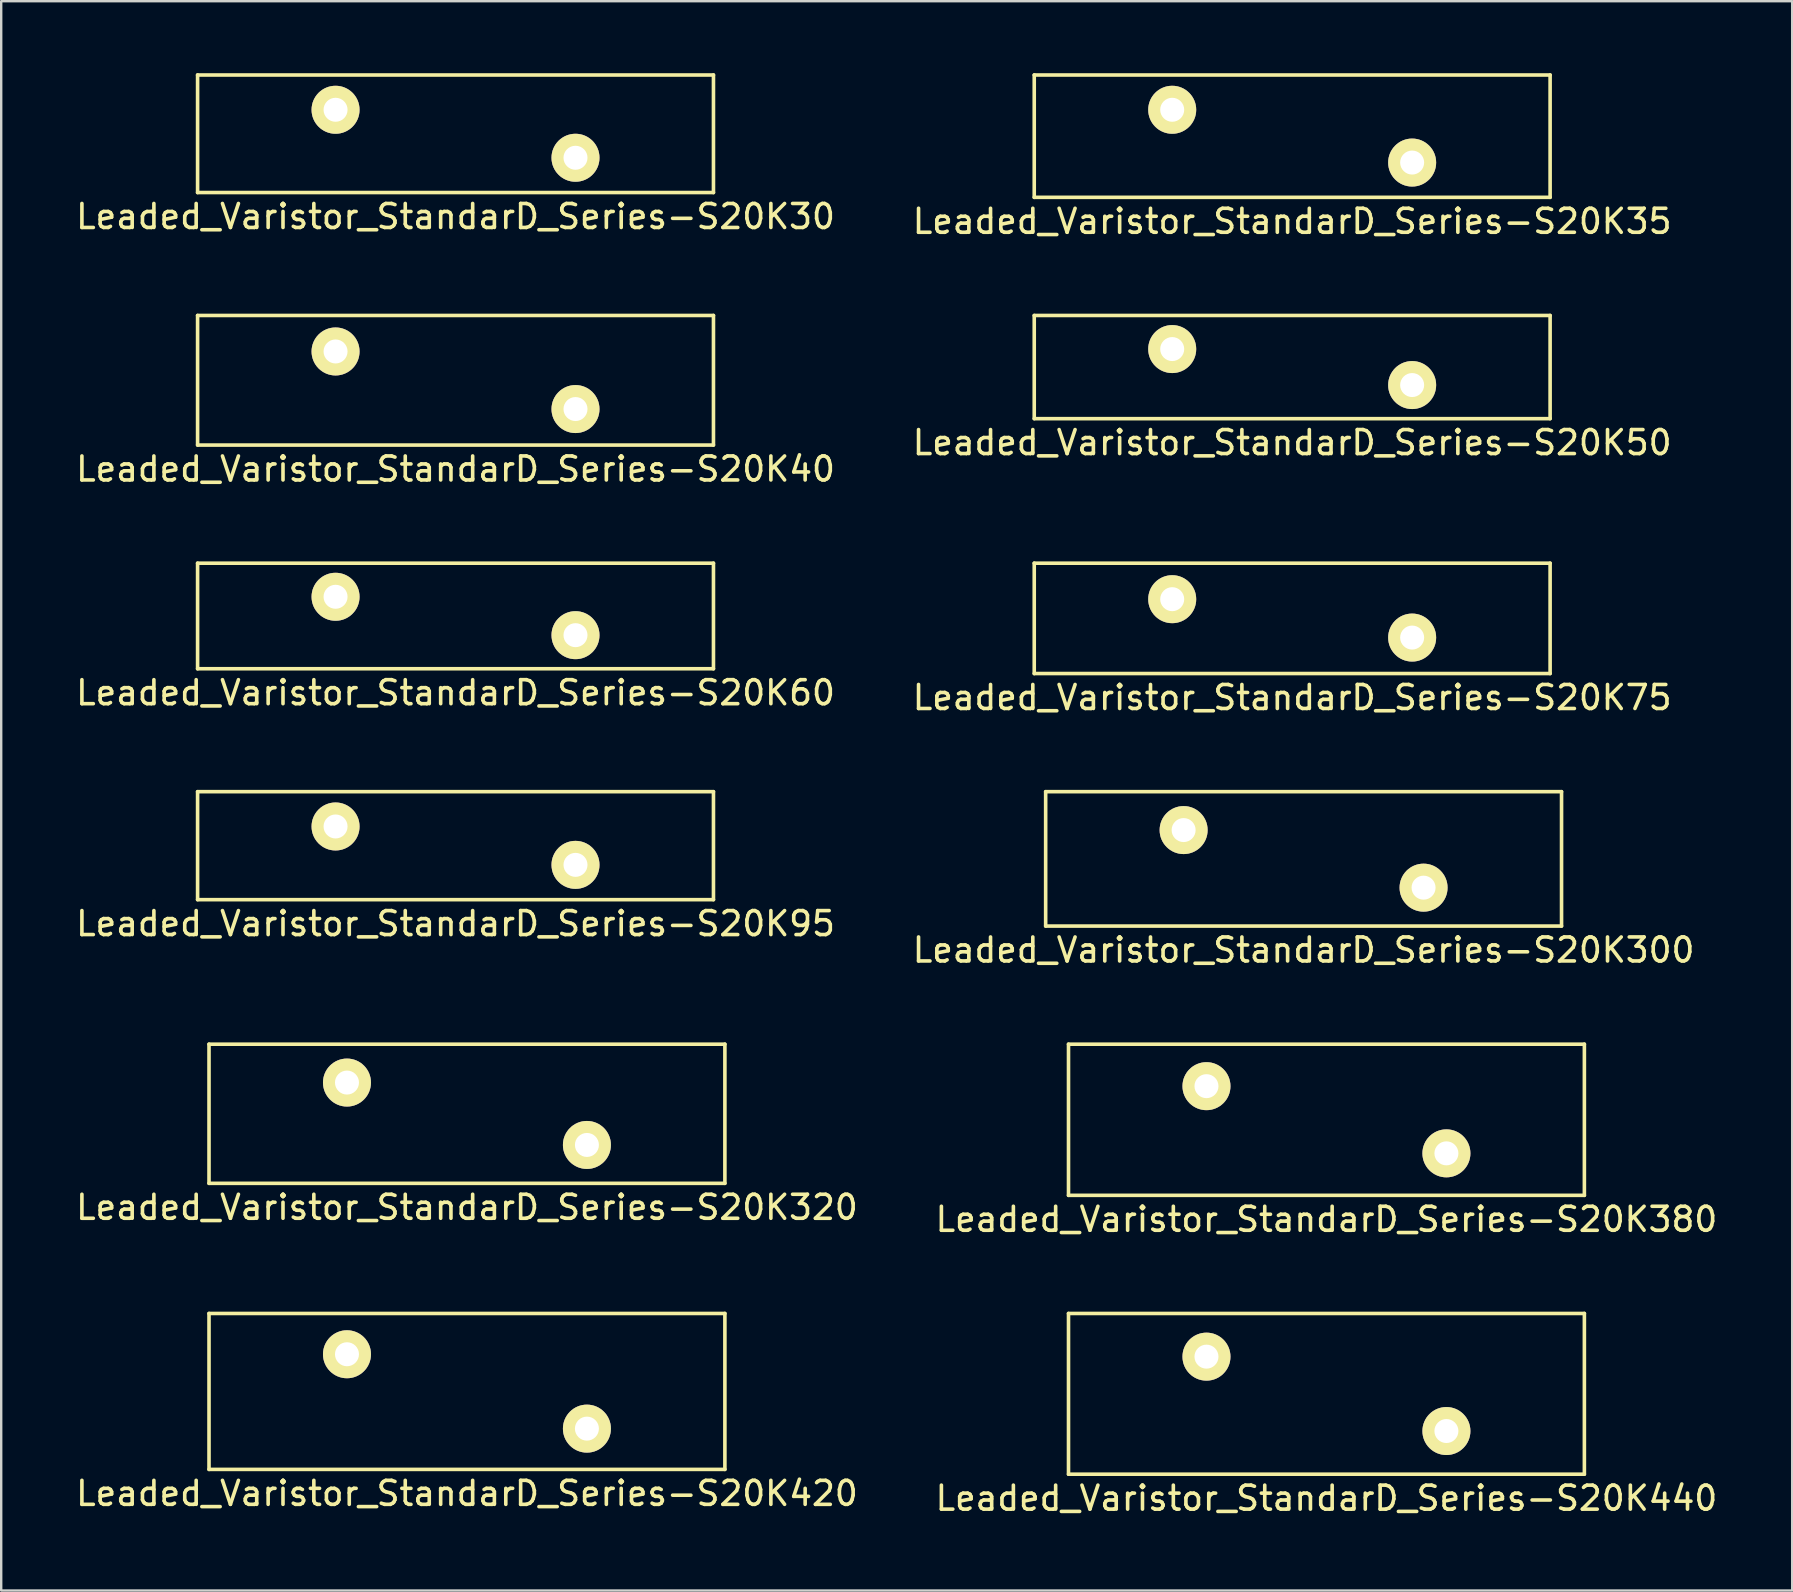
<source format=kicad_pcb>
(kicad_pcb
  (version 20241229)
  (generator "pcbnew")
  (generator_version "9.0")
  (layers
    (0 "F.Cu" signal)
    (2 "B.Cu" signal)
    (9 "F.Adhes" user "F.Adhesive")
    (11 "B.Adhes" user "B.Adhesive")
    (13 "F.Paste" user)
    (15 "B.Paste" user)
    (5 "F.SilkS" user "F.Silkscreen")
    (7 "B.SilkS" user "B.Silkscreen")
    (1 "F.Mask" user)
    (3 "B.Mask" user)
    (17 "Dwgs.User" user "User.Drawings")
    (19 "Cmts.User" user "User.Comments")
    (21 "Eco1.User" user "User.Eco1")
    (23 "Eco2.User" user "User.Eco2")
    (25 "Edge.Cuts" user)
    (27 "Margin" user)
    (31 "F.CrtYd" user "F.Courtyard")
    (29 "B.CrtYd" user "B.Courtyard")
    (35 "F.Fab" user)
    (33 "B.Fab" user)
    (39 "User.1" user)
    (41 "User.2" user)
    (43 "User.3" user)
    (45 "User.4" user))
  (footprint "Leaded_Varistor_StandarD_Series-S20K75"
    (layer "F.Cu")
    (at 45.804 21.922)
    (property "Reference" "Leaded_Varistor_StandarD_Series-S20K75" (at 5 4.1 0) (layer "F.SilkS") (effects (font (size 1 1) (thickness 0.15))))
    (attr through_hole)
    (fp_line (start -5.75 -1.5) (end -5.75 3.1) (stroke (width 0.15) (type solid)) (layer "F.SilkS"))
    (fp_line (start -5.75 -1.5) (end 15.75 -1.5) (stroke (width 0.15) (type solid)) (layer "F.SilkS"))
    (fp_line (start -5.75 3.1) (end 15.75 3.1) (stroke (width 0.15) (type solid)) (layer "F.SilkS"))
    (fp_line (start 15.75 -1.5) (end 15.75 3.1) (stroke (width 0.15) (type solid)) (layer "F.SilkS"))
    (pad "1" thru_hole circle (at 0 0) (size 2 2) (drill 1) (layers "*.Cu" "*.Mask" "F.SilkS"))
    (pad "2" thru_hole circle (at 10 1.6) (size 2 2) (drill 1) (layers "*.Cu" "*.Mask" "F.SilkS")))
  (footprint "Leaded_Varistor_StandarD_Series-S20K440"
    (layer "F.Cu")
    (at 47.232 53.491)
    (property "Reference" "Leaded_Varistor_StandarD_Series-S20K440" (at 5 5.9 0) (layer "F.SilkS") (effects (font (size 1 1) (thickness 0.15))))
    (attr through_hole)
    (fp_line (start -5.75 -1.8) (end -5.75 4.9) (stroke (width 0.15) (type solid)) (layer "F.SilkS"))
    (fp_line (start -5.75 -1.8) (end 15.75 -1.8) (stroke (width 0.15) (type solid)) (layer "F.SilkS"))
    (fp_line (start -5.75 4.9) (end 15.75 4.9) (stroke (width 0.15) (type solid)) (layer "F.SilkS"))
    (fp_line (start 15.75 -1.8) (end 15.75 4.9) (stroke (width 0.15) (type solid)) (layer "F.SilkS"))
    (pad "1" thru_hole circle (at 0 0) (size 2 2) (drill 1) (layers "*.Cu" "*.Mask" "F.SilkS"))
    (pad "2" thru_hole circle (at 10 3.1) (size 2 2) (drill 1) (layers "*.Cu" "*.Mask" "F.SilkS")))
  (footprint "Leaded_Varistor_StandarD_Series-S20K40"
    (layer "F.Cu")
    (at 10.935 11.598)
    (property "Reference" "Leaded_Varistor_StandarD_Series-S20K40" (at 5 4.9 0) (layer "F.SilkS") (effects (font (size 1 1) (thickness 0.15))))
    (attr through_hole)
    (fp_line (start -5.75 -1.5) (end -5.75 3.9) (stroke (width 0.15) (type solid)) (layer "F.SilkS"))
    (fp_line (start -5.75 -1.5) (end 15.75 -1.5) (stroke (width 0.15) (type solid)) (layer "F.SilkS"))
    (fp_line (start -5.75 3.9) (end 15.75 3.9) (stroke (width 0.15) (type solid)) (layer "F.SilkS"))
    (fp_line (start 15.75 -1.5) (end 15.75 3.9) (stroke (width 0.15) (type solid)) (layer "F.SilkS"))
    (pad "1" thru_hole circle (at 0 0) (size 2 2) (drill 1) (layers "*.Cu" "*.Mask" "F.SilkS"))
    (pad "2" thru_hole circle (at 10 2.4) (size 2 2) (drill 1) (layers "*.Cu" "*.Mask" "F.SilkS")))
  (footprint "Leaded_Varistor_StandarD_Series-S20K300"
    (layer "F.Cu")
    (at 46.28 31.545)
    (property "Reference" "Leaded_Varistor_StandarD_Series-S20K300" (at 5 5 0) (layer "F.SilkS") (effects (font (size 1 1) (thickness 0.15))))
    (attr through_hole)
    (fp_line (start -5.75 -1.6) (end -5.75 4) (stroke (width 0.15) (type solid)) (layer "F.SilkS"))
    (fp_line (start -5.75 -1.6) (end 15.75 -1.6) (stroke (width 0.15) (type solid)) (layer "F.SilkS"))
    (fp_line (start -5.75 4) (end 15.75 4) (stroke (width 0.15) (type solid)) (layer "F.SilkS"))
    (fp_line (start 15.75 -1.6) (end 15.75 4) (stroke (width 0.15) (type solid)) (layer "F.SilkS"))
    (pad "1" thru_hole circle (at 0 0) (size 2 2) (drill 1) (layers "*.Cu" "*.Mask" "F.SilkS"))
    (pad "2" thru_hole circle (at 10 2.4) (size 2 2) (drill 1) (layers "*.Cu" "*.Mask" "F.SilkS")))
  (footprint "Leaded_Varistor_StandarD_Series-S20K60"
    (layer "F.Cu")
    (at 10.935 21.822)
    (property "Reference" "Leaded_Varistor_StandarD_Series-S20K60" (at 5 4 0) (layer "F.SilkS") (effects (font (size 1 1) (thickness 0.15))))
    (attr through_hole)
    (fp_line (start -5.75 -1.4) (end -5.75 3) (stroke (width 0.15) (type solid)) (layer "F.SilkS"))
    (fp_line (start -5.75 -1.4) (end 15.75 -1.4) (stroke (width 0.15) (type solid)) (layer "F.SilkS"))
    (fp_line (start -5.75 3) (end 15.75 3) (stroke (width 0.15) (type solid)) (layer "F.SilkS"))
    (fp_line (start 15.75 -1.4) (end 15.75 3) (stroke (width 0.15) (type solid)) (layer "F.SilkS"))
    (pad "1" thru_hole circle (at 0 0) (size 2 2) (drill 1) (layers "*.Cu" "*.Mask" "F.SilkS"))
    (pad "2" thru_hole circle (at 10 1.6) (size 2 2) (drill 1) (layers "*.Cu" "*.Mask" "F.SilkS")))
  (footprint "Leaded_Varistor_StandarD_Series-S20K420"
    (layer "F.Cu")
    (at 11.411 53.391)
    (property "Reference" "Leaded_Varistor_StandarD_Series-S20K420" (at 5 5.8 0) (layer "F.SilkS") (effects (font (size 1 1) (thickness 0.15))))
    (attr through_hole)
    (fp_line (start -5.75 -1.7) (end -5.75 4.8) (stroke (width 0.15) (type solid)) (layer "F.SilkS"))
    (fp_line (start -5.75 -1.7) (end 15.75 -1.7) (stroke (width 0.15) (type solid)) (layer "F.SilkS"))
    (fp_line (start -5.75 4.8) (end 15.75 4.8) (stroke (width 0.15) (type solid)) (layer "F.SilkS"))
    (fp_line (start 15.75 -1.7) (end 15.75 4.8) (stroke (width 0.15) (type solid)) (layer "F.SilkS"))
    (pad "1" thru_hole circle (at 0 0) (size 2 2) (drill 1) (layers "*.Cu" "*.Mask" "F.SilkS"))
    (pad "2" thru_hole circle (at 10 3.1) (size 2 2) (drill 1) (layers "*.Cu" "*.Mask" "F.SilkS")))
  (footprint "Leaded_Varistor_StandarD_Series-S20K35"
    (layer "F.Cu")
    (at 45.804 1.525)
    (property "Reference" "Leaded_Varistor_StandarD_Series-S20K35" (at 5 4.65 0) (layer "F.SilkS") (effects (font (size 1 1) (thickness 0.15))))
    (attr through_hole)
    (fp_line (start -5.75 -1.45) (end -5.75 3.65) (stroke (width 0.15) (type solid)) (layer "F.SilkS"))
    (fp_line (start -5.75 -1.45) (end 15.75 -1.45) (stroke (width 0.15) (type solid)) (layer "F.SilkS"))
    (fp_line (start -5.75 3.65) (end 15.75 3.65) (stroke (width 0.15) (type solid)) (layer "F.SilkS"))
    (fp_line (start 15.75 -1.45) (end 15.75 3.65) (stroke (width 0.15) (type solid)) (layer "F.SilkS"))
    (pad "1" thru_hole circle (at 0 0) (size 2 2) (drill 1) (layers "*.Cu" "*.Mask" "F.SilkS"))
    (pad "2" thru_hole circle (at 10 2.2) (size 2 2) (drill 1) (layers "*.Cu" "*.Mask" "F.SilkS")))
  (footprint "Leaded_Varistor_StandarD_Series-S20K30"
    (layer "F.Cu")
    (at 10.935 1.525)
    (property "Reference" "Leaded_Varistor_StandarD_Series-S20K30" (at 5 4.45 0) (layer "F.SilkS") (effects (font (size 1 1) (thickness 0.15))))
    (attr through_hole)
    (fp_line (start -5.75 -1.45) (end -5.75 3.45) (stroke (width 0.15) (type solid)) (layer "F.SilkS"))
    (fp_line (start -5.75 -1.45) (end 15.75 -1.45) (stroke (width 0.15) (type solid)) (layer "F.SilkS"))
    (fp_line (start -5.75 3.45) (end 15.75 3.45) (stroke (width 0.15) (type solid)) (layer "F.SilkS"))
    (fp_line (start 15.75 -1.45) (end 15.75 3.45) (stroke (width 0.15) (type solid)) (layer "F.SilkS"))
    (pad "1" thru_hole circle (at 0 0) (size 2 2) (drill 1) (layers "*.Cu" "*.Mask" "F.SilkS"))
    (pad "2" thru_hole circle (at 10 2) (size 2 2) (drill 1) (layers "*.Cu" "*.Mask" "F.SilkS")))
  (footprint "Leaded_Varistor_StandarD_Series-S20K95"
    (layer "F.Cu")
    (at 10.935 31.395)
    (property "Reference" "Leaded_Varistor_StandarD_Series-S20K95" (at 5 4.05 0) (layer "F.SilkS") (effects (font (size 1 1) (thickness 0.15))))
    (attr through_hole)
    (fp_line (start -5.75 -1.45) (end -5.75 3.05) (stroke (width 0.15) (type solid)) (layer "F.SilkS"))
    (fp_line (start -5.75 -1.45) (end 15.75 -1.45) (stroke (width 0.15) (type solid)) (layer "F.SilkS"))
    (fp_line (start -5.75 3.05) (end 15.75 3.05) (stroke (width 0.15) (type solid)) (layer "F.SilkS"))
    (fp_line (start 15.75 -1.45) (end 15.75 3.05) (stroke (width 0.15) (type solid)) (layer "F.SilkS"))
    (pad "1" thru_hole circle (at 0 0) (size 2 2) (drill 1) (layers "*.Cu" "*.Mask" "F.SilkS"))
    (pad "2" thru_hole circle (at 10 1.6) (size 2 2) (drill 1) (layers "*.Cu" "*.Mask" "F.SilkS")))
  (footprint "Leaded_Varistor_StandarD_Series-S20K320"
    (layer "F.Cu")
    (at 11.411 42.068)
    (property "Reference" "Leaded_Varistor_StandarD_Series-S20K320" (at 5 5.2 0) (layer "F.SilkS") (effects (font (size 1 1) (thickness 0.15))))
    (attr through_hole)
    (fp_line (start -5.75 -1.6) (end -5.75 4.2) (stroke (width 0.15) (type solid)) (layer "F.SilkS"))
    (fp_line (start -5.75 -1.6) (end 15.75 -1.6) (stroke (width 0.15) (type solid)) (layer "F.SilkS"))
    (fp_line (start -5.75 4.2) (end 15.75 4.2) (stroke (width 0.15) (type solid)) (layer "F.SilkS"))
    (fp_line (start 15.75 -1.6) (end 15.75 4.2) (stroke (width 0.15) (type solid)) (layer "F.SilkS"))
    (pad "1" thru_hole circle (at 0 0) (size 2 2) (drill 1) (layers "*.Cu" "*.Mask" "F.SilkS"))
    (pad "2" thru_hole circle (at 10 2.6) (size 2 2) (drill 1) (layers "*.Cu" "*.Mask" "F.SilkS")))
  (footprint "Leaded_Varistor_StandarD_Series-S20K380"
    (layer "F.Cu")
    (at 47.232 42.218)
    (property "Reference" "Leaded_Varistor_StandarD_Series-S20K380" (at 5 5.55 0) (layer "F.SilkS") (effects (font (size 1 1) (thickness 0.15))))
    (attr through_hole)
    (fp_line (start -5.75 -1.75) (end -5.75 4.55) (stroke (width 0.15) (type solid)) (layer "F.SilkS"))
    (fp_line (start -5.75 -1.75) (end 15.75 -1.75) (stroke (width 0.15) (type solid)) (layer "F.SilkS"))
    (fp_line (start -5.75 4.55) (end 15.75 4.55) (stroke (width 0.15) (type solid)) (layer "F.SilkS"))
    (fp_line (start 15.75 -1.75) (end 15.75 4.55) (stroke (width 0.15) (type solid)) (layer "F.SilkS"))
    (pad "1" thru_hole circle (at 0 0) (size 2 2) (drill 1) (layers "*.Cu" "*.Mask" "F.SilkS"))
    (pad "2" thru_hole circle (at 10 2.8) (size 2 2) (drill 1) (layers "*.Cu" "*.Mask" "F.SilkS")))
  (footprint "Leaded_Varistor_StandarD_Series-S20K50"
    (layer "F.Cu")
    (at 45.804 11.498)
    (property "Reference" "Leaded_Varistor_StandarD_Series-S20K50" (at 5 3.9 0) (layer "F.SilkS") (effects (font (size 1 1) (thickness 0.15))))
    (attr through_hole)
    (fp_line (start -5.75 -1.4) (end -5.75 2.9) (stroke (width 0.15) (type solid)) (layer "F.SilkS"))
    (fp_line (start -5.75 -1.4) (end 15.75 -1.4) (stroke (width 0.15) (type solid)) (layer "F.SilkS"))
    (fp_line (start -5.75 2.9) (end 15.75 2.9) (stroke (width 0.15) (type solid)) (layer "F.SilkS"))
    (fp_line (start 15.75 -1.4) (end 15.75 2.9) (stroke (width 0.15) (type solid)) (layer "F.SilkS"))
    (pad "1" thru_hole circle (at 0 0) (size 2 2) (drill 1) (layers "*.Cu" "*.Mask" "F.SilkS"))
    (pad "2" thru_hole circle (at 10 1.5) (size 2 2) (drill 1) (layers "*.Cu" "*.Mask" "F.SilkS")))
  (gr_rect
    (start -3 -3)
    (end 71.643 63.239)
    (stroke (width 0.1) (type default))
    (fill no)
    (layer "Edge.Cuts")))
</source>
